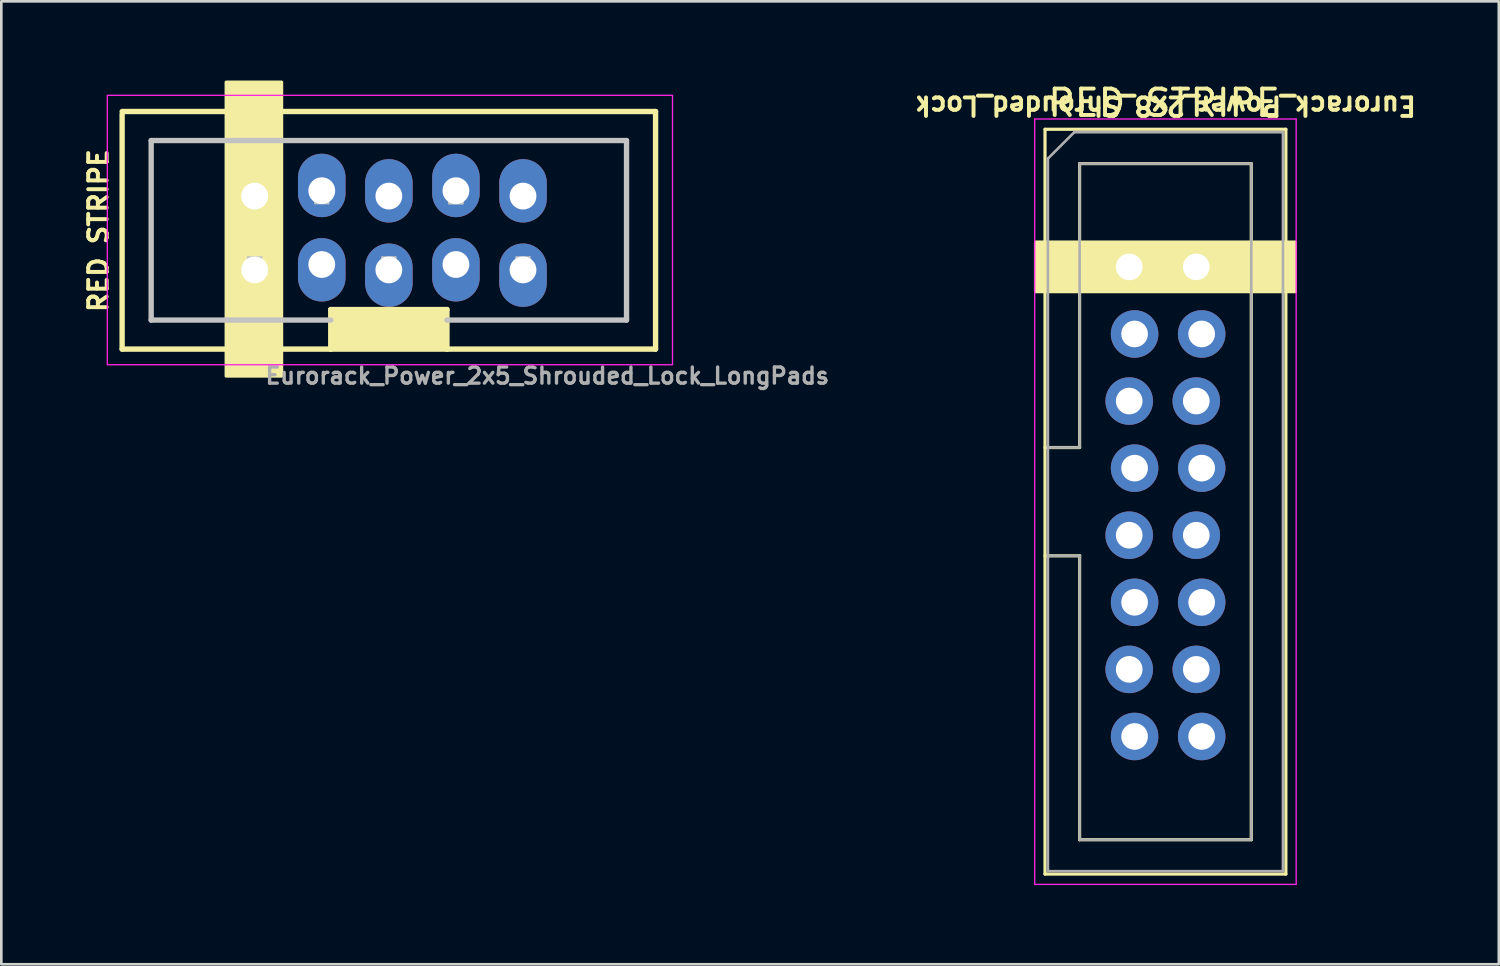
<source format=kicad_pcb>
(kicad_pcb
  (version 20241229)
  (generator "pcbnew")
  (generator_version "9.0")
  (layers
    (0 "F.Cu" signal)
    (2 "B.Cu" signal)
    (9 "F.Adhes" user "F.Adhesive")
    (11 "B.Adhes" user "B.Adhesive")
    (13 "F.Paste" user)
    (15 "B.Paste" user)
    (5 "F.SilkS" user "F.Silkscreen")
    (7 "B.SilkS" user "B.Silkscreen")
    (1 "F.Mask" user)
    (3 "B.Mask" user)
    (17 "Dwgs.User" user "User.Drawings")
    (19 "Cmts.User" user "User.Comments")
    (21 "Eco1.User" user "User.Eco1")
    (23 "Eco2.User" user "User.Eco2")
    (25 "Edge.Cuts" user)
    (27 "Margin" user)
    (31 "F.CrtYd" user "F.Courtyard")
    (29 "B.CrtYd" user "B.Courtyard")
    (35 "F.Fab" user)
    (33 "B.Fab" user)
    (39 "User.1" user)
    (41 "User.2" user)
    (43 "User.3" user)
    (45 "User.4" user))
  (footprint "Eurorack_Power_2x5_Shrouded_Lock_LongPads"
    (layer "F.Cu")
    (at 6.593 7.067)
    (property "Reference" "Eurorack_Power_2x5_Shrouded_Lock_LongPads" (at 11.08 4.113 180) (layer "F.Fab") (effects (font (size 0.61 0.61) (thickness 0.127))))
    (attr exclude_from_pos_files exclude_from_bom)
    (fp_line (start -5.019 -5.895) (end 15.179 -5.895) (stroke (width 0.203) (type solid)) (layer "F.SilkS"))
    (fp_line (start -5.019 3.101) (end -5.019 -5.796) (stroke (width 0.203) (type solid)) (layer "F.SilkS"))
    (fp_line (start 2.88 1.603) (end 7.28 1.603) (stroke (width 0.203) (type solid)) (layer "F.SilkS"))
    (fp_line (start 2.88 3.101) (end -5.019 3.101) (stroke (width 0.203) (type solid)) (layer "F.SilkS"))
    (fp_line (start 2.88 3.101) (end 2.88 1.603) (stroke (width 0.203) (type solid)) (layer "F.SilkS"))
    (fp_line (start 7.28 1.603) (end 7.28 3.101) (stroke (width 0.203) (type solid)) (layer "F.SilkS"))
    (fp_line (start 7.28 3.101) (end 2.88 3.101) (stroke (width 0.203) (type solid)) (layer "F.SilkS"))
    (fp_line (start 15.179 -5.895) (end 15.179 3.101) (stroke (width 0.203) (type solid)) (layer "F.SilkS"))
    (fp_line (start 15.179 3.101) (end 7.28 3.101) (stroke (width 0.203) (type solid)) (layer "F.SilkS"))
    (fp_rect (start -1.08 -7.007) (end 1.02 4.123) (stroke (width 0.12) (type solid)) (fill yes) (layer "F.SilkS"))
    (fp_rect (start 2.88 1.603) (end 7.28 3.101) (stroke (width 0.12) (type solid)) (fill yes) (layer "F.SilkS"))
    (fp_line (start -3.919 -4.796) (end 14.079 -4.796) (stroke (width 0.203) (type solid)) (layer "Dwgs.User"))
    (fp_line (start -3.919 2.002) (end -3.919 -4.796) (stroke (width 0.203) (type solid)) (layer "Dwgs.User"))
    (fp_line (start -3.919 2.002) (end 2.88 2.002) (stroke (width 0.203) (type solid)) (layer "Dwgs.User"))
    (fp_line (start -0.254 -2.413) (end -0.254 -2.921) (stroke (width 0.066) (type solid)) (layer "Dwgs.User"))
    (fp_line (start -0.254 0.127) (end -0.254 -0.381) (stroke (width 0.066) (type solid)) (layer "Dwgs.User"))
    (fp_line (start 0.254 -2.921) (end -0.254 -2.921) (stroke (width 0.066) (type solid)) (layer "Dwgs.User"))
    (fp_line (start 0.254 -2.413) (end -0.254 -2.413) (stroke (width 0.066) (type solid)) (layer "Dwgs.User"))
    (fp_line (start 0.254 -2.413) (end 0.254 -2.921) (stroke (width 0.066) (type solid)) (layer "Dwgs.User"))
    (fp_line (start 0.254 -0.381) (end -0.254 -0.381) (stroke (width 0.066) (type solid)) (layer "Dwgs.User"))
    (fp_line (start 0.254 0.127) (end -0.254 0.127) (stroke (width 0.066) (type solid)) (layer "Dwgs.User"))
    (fp_line (start 0.254 0.127) (end 0.254 -0.381) (stroke (width 0.066) (type solid)) (layer "Dwgs.User"))
    (fp_line (start 2.286 -2.413) (end 2.286 -2.921) (stroke (width 0.066) (type solid)) (layer "Dwgs.User"))
    (fp_line (start 2.286 0.127) (end 2.286 -0.381) (stroke (width 0.066) (type solid)) (layer "Dwgs.User"))
    (fp_line (start 2.794 -2.921) (end 2.286 -2.921) (stroke (width 0.066) (type solid)) (layer "Dwgs.User"))
    (fp_line (start 2.794 -2.413) (end 2.286 -2.413) (stroke (width 0.066) (type solid)) (layer "Dwgs.User"))
    (fp_line (start 2.794 -2.413) (end 2.794 -2.921) (stroke (width 0.066) (type solid)) (layer "Dwgs.User"))
    (fp_line (start 2.794 -0.381) (end 2.286 -0.381) (stroke (width 0.066) (type solid)) (layer "Dwgs.User"))
    (fp_line (start 2.794 0.127) (end 2.286 0.127) (stroke (width 0.066) (type solid)) (layer "Dwgs.User"))
    (fp_line (start 2.794 0.127) (end 2.794 -0.381) (stroke (width 0.066) (type solid)) (layer "Dwgs.User"))
    (fp_line (start 4.826 -2.413) (end 4.826 -2.921) (stroke (width 0.066) (type solid)) (layer "Dwgs.User"))
    (fp_line (start 4.826 0.127) (end 4.826 -0.381) (stroke (width 0.066) (type solid)) (layer "Dwgs.User"))
    (fp_line (start 5.334 -2.921) (end 4.826 -2.921) (stroke (width 0.066) (type solid)) (layer "Dwgs.User"))
    (fp_line (start 5.334 -2.413) (end 4.826 -2.413) (stroke (width 0.066) (type solid)) (layer "Dwgs.User"))
    (fp_line (start 5.334 -2.413) (end 5.334 -2.921) (stroke (width 0.066) (type solid)) (layer "Dwgs.User"))
    (fp_line (start 5.334 -0.381) (end 4.826 -0.381) (stroke (width 0.066) (type solid)) (layer "Dwgs.User"))
    (fp_line (start 5.334 0.127) (end 4.826 0.127) (stroke (width 0.066) (type solid)) (layer "Dwgs.User"))
    (fp_line (start 5.334 0.127) (end 5.334 -0.381) (stroke (width 0.066) (type solid)) (layer "Dwgs.User"))
    (fp_line (start 7.366 -2.413) (end 7.366 -2.921) (stroke (width 0.066) (type solid)) (layer "Dwgs.User"))
    (fp_line (start 7.366 -2.413) (end 7.366 -2.921) (stroke (width 0.066) (type solid)) (layer "Dwgs.User"))
    (fp_line (start 7.366 0.127) (end 7.366 -0.381) (stroke (width 0.066) (type solid)) (layer "Dwgs.User"))
    (fp_line (start 7.366 0.127) (end 7.366 -0.381) (stroke (width 0.066) (type solid)) (layer "Dwgs.User"))
    (fp_line (start 7.874 -2.921) (end 7.366 -2.921) (stroke (width 0.066) (type solid)) (layer "Dwgs.User"))
    (fp_line (start 7.874 -2.921) (end 7.366 -2.921) (stroke (width 0.066) (type solid)) (layer "Dwgs.User"))
    (fp_line (start 7.874 -2.413) (end 7.366 -2.413) (stroke (width 0.066) (type solid)) (layer "Dwgs.User"))
    (fp_line (start 7.874 -2.413) (end 7.366 -2.413) (stroke (width 0.066) (type solid)) (layer "Dwgs.User"))
    (fp_line (start 7.874 -2.413) (end 7.874 -2.921) (stroke (width 0.066) (type solid)) (layer "Dwgs.User"))
    (fp_line (start 7.874 -2.413) (end 7.874 -2.921) (stroke (width 0.066) (type solid)) (layer "Dwgs.User"))
    (fp_line (start 7.874 -0.381) (end 7.366 -0.381) (stroke (width 0.066) (type solid)) (layer "Dwgs.User"))
    (fp_line (start 7.874 -0.381) (end 7.366 -0.381) (stroke (width 0.066) (type solid)) (layer "Dwgs.User"))
    (fp_line (start 7.874 0.127) (end 7.366 0.127) (stroke (width 0.066) (type solid)) (layer "Dwgs.User"))
    (fp_line (start 7.874 0.127) (end 7.366 0.127) (stroke (width 0.066) (type solid)) (layer "Dwgs.User"))
    (fp_line (start 7.874 0.127) (end 7.874 -0.381) (stroke (width 0.066) (type solid)) (layer "Dwgs.User"))
    (fp_line (start 7.874 0.127) (end 7.874 -0.381) (stroke (width 0.066) (type solid)) (layer "Dwgs.User"))
    (fp_line (start 9.906 -2.413) (end 9.906 -2.921) (stroke (width 0.066) (type solid)) (layer "Dwgs.User"))
    (fp_line (start 9.906 0.127) (end 9.906 -0.381) (stroke (width 0.066) (type solid)) (layer "Dwgs.User"))
    (fp_line (start 10.414 -2.921) (end 9.906 -2.921) (stroke (width 0.066) (type solid)) (layer "Dwgs.User"))
    (fp_line (start 10.414 -2.413) (end 9.906 -2.413) (stroke (width 0.066) (type solid)) (layer "Dwgs.User"))
    (fp_line (start 10.414 -2.413) (end 10.414 -2.921) (stroke (width 0.066) (type solid)) (layer "Dwgs.User"))
    (fp_line (start 10.414 -0.381) (end 9.906 -0.381) (stroke (width 0.066) (type solid)) (layer "Dwgs.User"))
    (fp_line (start 10.414 0.127) (end 9.906 0.127) (stroke (width 0.066) (type solid)) (layer "Dwgs.User"))
    (fp_line (start 10.414 0.127) (end 10.414 -0.381) (stroke (width 0.066) (type solid)) (layer "Dwgs.User"))
    (fp_line (start 14.079 2.002) (end 7.28 2.002) (stroke (width 0.203) (type solid)) (layer "Dwgs.User"))
    (fp_line (start 14.079 2.002) (end 14.079 -4.796) (stroke (width 0.203) (type solid)) (layer "Dwgs.User"))
    (fp_rect (start -5.58 -6.507) (end 15.82 3.693) (stroke (width 0.05) (type solid)) (fill no) (layer "F.CrtYd"))
    (fp_text user "RED STRIPE" (at -5.92 -1.387 90) (layer "F.SilkS") (effects (font (size 0.7 0.7) (thickness 0.15))))
    (pad "1" thru_hole oval (at 0 0.102 90) (size 2.4 1.8) (drill 1.016 (offset -0.2 0)) (layers "*.Cu" "*.Mask"))
    (pad "2" thru_hole oval (at 0 -2.692 90) (size 2.4 1.8) (drill 1.016 (offset 0.2 0)) (layers "*.Cu" "*.Mask"))
    (pad "3" thru_hole oval (at 2.54 -0.102 90) (size 2.4 1.8) (drill 1.016 (offset -0.2 0)) (layers "*.Cu" "*.Mask"))
    (pad "4" thru_hole oval (at 2.54 -2.896 90) (size 2.4 1.8) (drill 1.016 (offset 0.2 0)) (layers "*.Cu" "*.Mask"))
    (pad "5" thru_hole oval (at 5.08 0.102 90) (size 2.4 1.8) (drill 1.016 (offset -0.2 0)) (layers "*.Cu" "*.Mask"))
    (pad "6" thru_hole oval (at 5.08 -2.692 90) (size 2.4 1.8) (drill 1.016 (offset 0.2 0)) (layers "*.Cu" "*.Mask"))
    (pad "7" thru_hole oval (at 7.62 -0.102 90) (size 2.4 1.8) (drill 1.016 (offset -0.2 0)) (layers "*.Cu" "*.Mask"))
    (pad "8" thru_hole oval (at 7.62 -2.896 90) (size 2.4 1.8) (drill 1.016 (offset 0.2 0)) (layers "*.Cu" "*.Mask"))
    (pad "9" thru_hole oval (at 10.16 0.102 90) (size 2.4 1.8) (drill 1.016 (offset -0.2 0)) (layers "*.Cu" "*.Mask"))
    (pad "10" thru_hole oval (at 10.16 -2.692 90) (size 2.4 1.8) (drill 1.016 (offset 0.2 0)) (layers "*.Cu" "*.Mask")))
  (footprint "Eurorack_Power_2x8_Shrouded_Lock"
    (layer "F.Cu")
    (at 39.807 7.055)
    (property "Reference" "Eurorack_Power_2x8_Shrouded_Lock" (at 1.27 -6.1 180) (unlocked yes) (layer "F.SilkS") (effects (font (size 0.7 0.7) (thickness 0.15))))
    (attr through_hole)
    (fp_line (start -3.29 -5.21) (end 5.83 -5.21) (stroke (width 0.12) (type solid)) (layer "F.SilkS"))
    (fp_line (start -3.29 6.84) (end -1.98 6.84) (stroke (width 0.12) (type solid)) (layer "F.SilkS"))
    (fp_line (start -3.29 22.99) (end -3.29 -5.21) (stroke (width 0.12) (type solid)) (layer "F.SilkS"))
    (fp_line (start -1.98 -3.91) (end 4.52 -3.91) (stroke (width 0.12) (type solid)) (layer "F.SilkS"))
    (fp_line (start -1.98 6.84) (end -1.98 -3.91) (stroke (width 0.12) (type solid)) (layer "F.SilkS"))
    (fp_line (start -1.98 10.94) (end -3.29 10.94) (stroke (width 0.12) (type solid)) (layer "F.SilkS"))
    (fp_line (start -1.98 10.94) (end -1.98 10.94) (stroke (width 0.12) (type solid)) (layer "F.SilkS"))
    (fp_line (start -1.98 21.69) (end -1.98 10.94) (stroke (width 0.12) (type solid)) (layer "F.SilkS"))
    (fp_line (start 4.52 -3.91) (end 4.52 21.69) (stroke (width 0.12) (type solid)) (layer "F.SilkS"))
    (fp_line (start 4.52 21.69) (end -1.98 21.69) (stroke (width 0.12) (type solid)) (layer "F.SilkS"))
    (fp_line (start 5.83 -5.21) (end 5.83 22.99) (stroke (width 0.12) (type solid)) (layer "F.SilkS"))
    (fp_line (start 5.83 22.99) (end -3.29 22.99) (stroke (width 0.12) (type solid)) (layer "F.SilkS"))
    (fp_rect (start -3.65 -0.94) (end 6.19 0.94) (stroke (width 0.12) (type solid)) (fill yes) (layer "F.SilkS"))
    (fp_rect (start -0.32 -0.32) (end 0.32 0.32) (stroke (width 0.1) (type solid)) (fill no) (layer "Eco1.User"))
    (fp_rect (start -0.32 2.22) (end 0.32 2.86) (stroke (width 0.1) (type solid)) (fill no) (layer "Eco1.User"))
    (fp_rect (start -0.32 4.76) (end 0.32 5.4) (stroke (width 0.1) (type solid)) (fill no) (layer "Eco1.User"))
    (fp_rect (start -0.32 7.3) (end 0.32 7.94) (stroke (width 0.1) (type solid)) (fill no) (layer "Eco1.User"))
    (fp_rect (start -0.32 9.84) (end 0.32 10.48) (stroke (width 0.1) (type solid)) (fill no) (layer "Eco1.User"))
    (fp_rect (start -0.32 12.38) (end 0.32 13.02) (stroke (width 0.1) (type solid)) (fill no) (layer "Eco1.User"))
    (fp_rect (start -0.32 14.92) (end 0.32 15.56) (stroke (width 0.1) (type solid)) (fill no) (layer "Eco1.User"))
    (fp_rect (start -0.32 17.46) (end 0.32 18.1) (stroke (width 0.1) (type solid)) (fill no) (layer "Eco1.User"))
    (fp_rect (start 0 0) (end 2.54 17.78) (stroke (width 0.12) (type solid)) (fill no) (layer "Eco1.User"))
    (fp_rect (start 2.22 -0.32) (end 2.86 0.32) (stroke (width 0.1) (type solid)) (fill no) (layer "Eco1.User"))
    (fp_rect (start 2.22 2.22) (end 2.86 2.86) (stroke (width 0.1) (type solid)) (fill no) (layer "Eco1.User"))
    (fp_rect (start 2.22 4.76) (end 2.86 5.4) (stroke (width 0.1) (type solid)) (fill no) (layer "Eco1.User"))
    (fp_rect (start 2.22 7.3) (end 2.86 7.94) (stroke (width 0.1) (type solid)) (fill no) (layer "Eco1.User"))
    (fp_rect (start 2.22 9.84) (end 2.86 10.48) (stroke (width 0.1) (type solid)) (fill no) (layer "Eco1.User"))
    (fp_rect (start 2.22 12.38) (end 2.86 13.02) (stroke (width 0.1) (type solid)) (fill no) (layer "Eco1.User"))
    (fp_rect (start 2.22 14.92) (end 2.86 15.56) (stroke (width 0.1) (type solid)) (fill no) (layer "Eco1.User"))
    (fp_rect (start 2.22 17.46) (end 2.86 18.1) (stroke (width 0.1) (type solid)) (fill no) (layer "Eco1.User"))
    (fp_line (start -3.68 -5.6) (end -3.68 23.38) (stroke (width 0.05) (type solid)) (layer "F.CrtYd"))
    (fp_line (start -3.68 23.38) (end 6.22 23.38) (stroke (width 0.05) (type solid)) (layer "F.CrtYd"))
    (fp_line (start 6.22 -5.6) (end -3.68 -5.6) (stroke (width 0.05) (type solid)) (layer "F.CrtYd"))
    (fp_line (start 6.22 23.38) (end 6.22 -5.6) (stroke (width 0.05) (type solid)) (layer "F.CrtYd"))
    (fp_line (start -3.18 -4.1) (end -2.18 -5.1) (stroke (width 0.1) (type solid)) (layer "F.Fab"))
    (fp_line (start -3.18 6.84) (end -1.98 6.84) (stroke (width 0.1) (type solid)) (layer "F.Fab"))
    (fp_line (start -3.18 22.88) (end -3.18 -4.1) (stroke (width 0.1) (type solid)) (layer "F.Fab"))
    (fp_line (start -2.18 -5.1) (end 5.72 -5.1) (stroke (width 0.1) (type solid)) (layer "F.Fab"))
    (fp_line (start -1.98 -3.91) (end 4.52 -3.91) (stroke (width 0.1) (type solid)) (layer "F.Fab"))
    (fp_line (start -1.98 6.84) (end -1.98 -3.91) (stroke (width 0.1) (type solid)) (layer "F.Fab"))
    (fp_line (start -1.98 10.94) (end -3.18 10.94) (stroke (width 0.1) (type solid)) (layer "F.Fab"))
    (fp_line (start -1.98 10.94) (end -1.98 10.94) (stroke (width 0.1) (type solid)) (layer "F.Fab"))
    (fp_line (start -1.98 21.69) (end -1.98 10.94) (stroke (width 0.1) (type solid)) (layer "F.Fab"))
    (fp_line (start 4.52 -3.91) (end 4.52 21.69) (stroke (width 0.1) (type solid)) (layer "F.Fab"))
    (fp_line (start 4.52 21.69) (end -1.98 21.69) (stroke (width 0.1) (type solid)) (layer "F.Fab"))
    (fp_line (start 5.72 -5.1) (end 5.72 22.88) (stroke (width 0.1) (type solid)) (layer "F.Fab"))
    (fp_line (start 5.72 22.88) (end -3.18 22.88) (stroke (width 0.1) (type solid)) (layer "F.Fab"))
    (fp_text user "RED STRIPE" (at 1.22 -6.207 0) (unlocked yes) (layer "F.SilkS") (effects (font (size 1 1) (thickness 0.15))))
    (pad "1" thru_hole roundrect (at -0.102 0) (size 1.8 1.8) (drill 1.01) (layers "*.Cu" "*.Mask") (roundrect_rratio 0.147))
    (pad "2" thru_hole circle (at 2.438 0) (size 1.8 1.8) (drill 1.01) (layers "*.Cu" "*.Mask"))
    (pad "3" thru_hole circle (at 0.102 2.54) (size 1.8 1.8) (drill 1.01) (layers "*.Cu" "*.Mask"))
    (pad "4" thru_hole circle (at 2.642 2.54) (size 1.8 1.8) (drill 1.01) (layers "*.Cu" "*.Mask"))
    (pad "5" thru_hole circle (at -0.102 5.08) (size 1.8 1.8) (drill 1.01) (layers "*.Cu" "*.Mask"))
    (pad "6" thru_hole circle (at 2.438 5.08) (size 1.8 1.8) (drill 1.01) (layers "*.Cu" "*.Mask"))
    (pad "7" thru_hole circle (at 0.102 7.62) (size 1.8 1.8) (drill 1.01) (layers "*.Cu" "*.Mask"))
    (pad "8" thru_hole circle (at 2.642 7.62) (size 1.8 1.8) (drill 1.01) (layers "*.Cu" "*.Mask"))
    (pad "9" thru_hole circle (at -0.102 10.16) (size 1.8 1.8) (drill 1.01) (layers "*.Cu" "*.Mask"))
    (pad "10" thru_hole circle (at 2.438 10.16) (size 1.8 1.8) (drill 1.01) (layers "*.Cu" "*.Mask"))
    (pad "11" thru_hole circle (at 0.102 12.7) (size 1.8 1.8) (drill 1.01) (layers "*.Cu" "*.Mask"))
    (pad "12" thru_hole circle (at 2.642 12.7) (size 1.8 1.8) (drill 1.01) (layers "*.Cu" "*.Mask"))
    (pad "13" thru_hole circle (at -0.102 15.24) (size 1.8 1.8) (drill 1.01) (layers "*.Cu" "*.Mask"))
    (pad "14" thru_hole circle (at 2.438 15.24) (size 1.8 1.8) (drill 1.01) (layers "*.Cu" "*.Mask"))
    (pad "15" thru_hole circle (at 0.102 17.78) (size 1.8 1.8) (drill 1.01) (layers "*.Cu" "*.Mask"))
    (pad "16" thru_hole circle (at 2.642 17.78) (size 1.8 1.8) (drill 1.01) (layers "*.Cu" "*.Mask")))
  (gr_rect
    (start -3 -3)
    (end 53.699 33.46)
    (stroke (width 0.1) (type default))
    (fill no)
    (layer "Edge.Cuts")))
</source>
